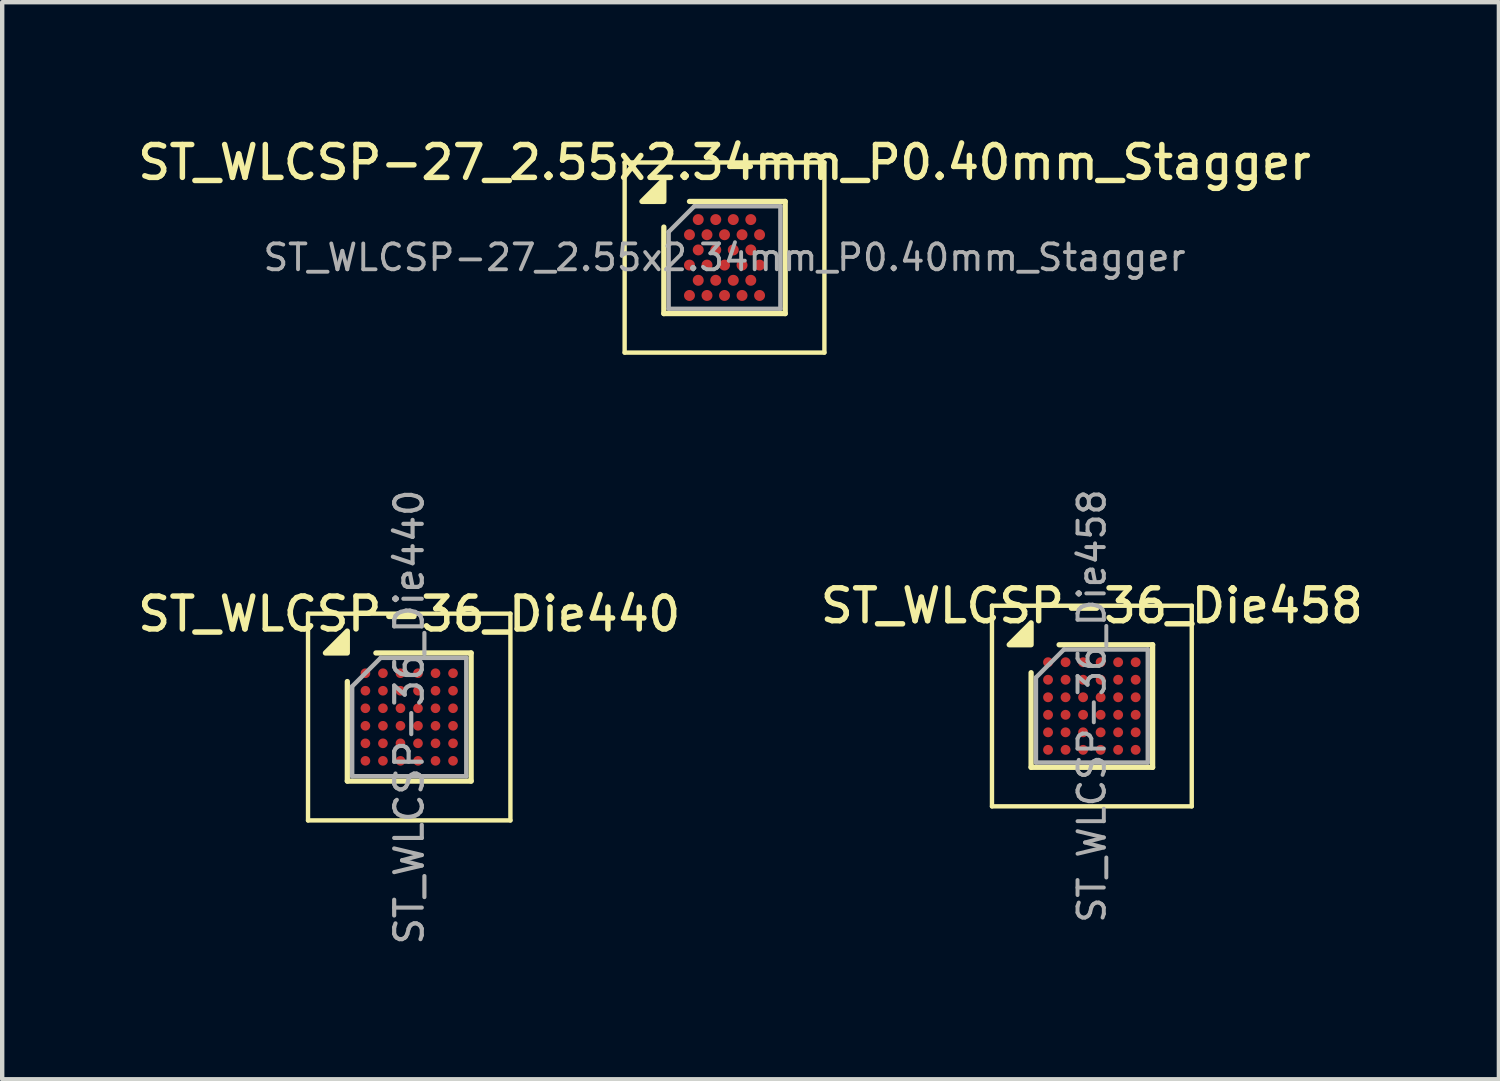
<source format=kicad_pcb>
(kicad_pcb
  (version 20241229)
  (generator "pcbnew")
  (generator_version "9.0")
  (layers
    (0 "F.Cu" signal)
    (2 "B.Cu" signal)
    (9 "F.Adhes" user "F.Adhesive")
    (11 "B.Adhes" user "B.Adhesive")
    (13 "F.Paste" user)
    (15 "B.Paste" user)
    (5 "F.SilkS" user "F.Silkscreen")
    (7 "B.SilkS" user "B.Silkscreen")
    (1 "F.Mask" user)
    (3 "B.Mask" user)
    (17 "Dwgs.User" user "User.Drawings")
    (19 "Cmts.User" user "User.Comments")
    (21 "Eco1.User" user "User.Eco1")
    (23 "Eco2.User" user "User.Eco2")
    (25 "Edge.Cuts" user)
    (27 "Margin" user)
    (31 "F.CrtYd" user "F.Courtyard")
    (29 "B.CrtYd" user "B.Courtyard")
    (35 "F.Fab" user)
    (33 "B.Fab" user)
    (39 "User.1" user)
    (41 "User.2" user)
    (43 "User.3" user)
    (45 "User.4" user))
  (footprint "ST_WLCSP-27_2.55x2.34mm_P0.40mm_Stagger"
    (layer "F.Cu")
    (at 13.488 2.828)
    (property "Reference" "ST_WLCSP-27_2.55x2.34mm_P0.40mm_Stagger" (at 0 -2.17 0) (layer "F.SilkS") (effects (font (size 0.75 0.75) (thickness 0.125))))
    (attr smd)
    (fp_line (start -2.28 -2.17) (end -2.28 2.17) (stroke (width 0.1) (type solid)) (layer "F.SilkS"))
    (fp_line (start -2.28 2.17) (end 2.28 2.17) (stroke (width 0.1) (type solid)) (layer "F.SilkS"))
    (fp_line (start -1.385 1.28) (end -1.385 -0.695) (stroke (width 0.12) (type solid)) (layer "F.SilkS"))
    (fp_line (start -0.8 -1.28) (end 1.385 -1.28) (stroke (width 0.12) (type solid)) (layer "F.SilkS"))
    (fp_line (start 1.385 -1.28) (end 1.385 1.28) (stroke (width 0.12) (type solid)) (layer "F.SilkS"))
    (fp_line (start 1.385 1.28) (end -1.385 1.28) (stroke (width 0.12) (type solid)) (layer "F.SilkS"))
    (fp_line (start 2.28 -2.17) (end -2.28 -2.17) (stroke (width 0.1) (type solid)) (layer "F.SilkS"))
    (fp_line (start 2.28 2.17) (end 2.28 -2.17) (stroke (width 0.1) (type solid)) (layer "F.SilkS"))
    (fp_poly (pts (xy -1.385 -1.28) (xy -1.885 -1.28) (xy -1.385 -1.78) (xy -1.385 -1.28)) (stroke (width 0.12) (type solid)) (fill yes) (layer "F.SilkS"))
    (fp_line (start -1.275 -0.585) (end -0.69 -1.17) (stroke (width 0.1) (type solid)) (layer "F.Fab"))
    (fp_line (start -1.275 1.17) (end -1.275 -0.585) (stroke (width 0.1) (type solid)) (layer "F.Fab"))
    (fp_line (start -0.69 -1.17) (end 1.275 -1.17) (stroke (width 0.1) (type solid)) (layer "F.Fab"))
    (fp_line (start 1.275 -1.17) (end 1.275 1.17) (stroke (width 0.1) (type solid)) (layer "F.Fab"))
    (fp_line (start 1.275 1.17) (end -1.275 1.17) (stroke (width 0.1) (type solid)) (layer "F.Fab"))
    (fp_text user "${REFERENCE}" (at 0 0 0) (layer "F.Fab") (effects (font (size 0.59 0.59) (thickness 0.088))))
    (pad "A2" smd circle (at -0.6 -0.866) (size 0.25 0.25) (property pad_prop_bga) (layers "F.Cu" "F.Mask" "F.Paste"))
    (pad "A4" smd circle (at -0.2 -0.866) (size 0.25 0.25) (property pad_prop_bga) (layers "F.Cu" "F.Mask" "F.Paste"))
    (pad "A6" smd circle (at 0.2 -0.866) (size 0.25 0.25) (property pad_prop_bga) (layers "F.Cu" "F.Mask" "F.Paste"))
    (pad "A8" smd circle (at 0.6 -0.866) (size 0.25 0.25) (property pad_prop_bga) (layers "F.Cu" "F.Mask" "F.Paste"))
    (pad "B1" smd circle (at -0.8 -0.52) (size 0.25 0.25) (property pad_prop_bga) (layers "F.Cu" "F.Mask" "F.Paste"))
    (pad "B3" smd circle (at -0.4 -0.52) (size 0.25 0.25) (property pad_prop_bga) (layers "F.Cu" "F.Mask" "F.Paste"))
    (pad "B5" smd circle (at 0 -0.52) (size 0.25 0.25) (property pad_prop_bga) (layers "F.Cu" "F.Mask" "F.Paste"))
    (pad "B7" smd circle (at 0.4 -0.52) (size 0.25 0.25) (property pad_prop_bga) (layers "F.Cu" "F.Mask" "F.Paste"))
    (pad "B9" smd circle (at 0.8 -0.52) (size 0.25 0.25) (property pad_prop_bga) (layers "F.Cu" "F.Mask" "F.Paste"))
    (pad "C2" smd circle (at -0.6 -0.173) (size 0.25 0.25) (property pad_prop_bga) (layers "F.Cu" "F.Mask" "F.Paste"))
    (pad "C4" smd circle (at -0.2 -0.173) (size 0.25 0.25) (property pad_prop_bga) (layers "F.Cu" "F.Mask" "F.Paste"))
    (pad "C6" smd circle (at 0.2 -0.173) (size 0.25 0.25) (property pad_prop_bga) (layers "F.Cu" "F.Mask" "F.Paste"))
    (pad "C8" smd circle (at 0.6 -0.173) (size 0.25 0.25) (property pad_prop_bga) (layers "F.Cu" "F.Mask" "F.Paste"))
    (pad "D1" smd circle (at -0.8 0.173) (size 0.25 0.25) (property pad_prop_bga) (layers "F.Cu" "F.Mask" "F.Paste"))
    (pad "D3" smd circle (at -0.4 0.173) (size 0.25 0.25) (property pad_prop_bga) (layers "F.Cu" "F.Mask" "F.Paste"))
    (pad "D5" smd circle (at 0 0.173) (size 0.25 0.25) (property pad_prop_bga) (layers "F.Cu" "F.Mask" "F.Paste"))
    (pad "D7" smd circle (at 0.4 0.173) (size 0.25 0.25) (property pad_prop_bga) (layers "F.Cu" "F.Mask" "F.Paste"))
    (pad "D9" smd circle (at 0.8 0.173) (size 0.25 0.25) (property pad_prop_bga) (layers "F.Cu" "F.Mask" "F.Paste"))
    (pad "E2" smd circle (at -0.6 0.52) (size 0.25 0.25) (property pad_prop_bga) (layers "F.Cu" "F.Mask" "F.Paste"))
    (pad "E4" smd circle (at -0.2 0.52) (size 0.25 0.25) (property pad_prop_bga) (layers "F.Cu" "F.Mask" "F.Paste"))
    (pad "E6" smd circle (at 0.2 0.52) (size 0.25 0.25) (property pad_prop_bga) (layers "F.Cu" "F.Mask" "F.Paste"))
    (pad "E8" smd circle (at 0.6 0.52) (size 0.25 0.25) (property pad_prop_bga) (layers "F.Cu" "F.Mask" "F.Paste"))
    (pad "F1" smd circle (at -0.8 0.866) (size 0.25 0.25) (property pad_prop_bga) (layers "F.Cu" "F.Mask" "F.Paste"))
    (pad "F3" smd circle (at -0.4 0.866) (size 0.25 0.25) (property pad_prop_bga) (layers "F.Cu" "F.Mask" "F.Paste"))
    (pad "F5" smd circle (at 0 0.866) (size 0.25 0.25) (property pad_prop_bga) (layers "F.Cu" "F.Mask" "F.Paste"))
    (pad "F7" smd circle (at 0.4 0.866) (size 0.25 0.25) (property pad_prop_bga) (layers "F.Cu" "F.Mask" "F.Paste"))
    (pad "F9" smd circle (at 0.8 0.866) (size 0.25 0.25) (property pad_prop_bga) (layers "F.Cu" "F.Mask" "F.Paste")))
  (footprint "ST_WLCSP-36_Die440"
    (layer "F.Cu")
    (at 6.291 13.317)
    (property "Reference" "ST_WLCSP-36_Die440" (at 0 -2.352 0) (layer "F.SilkS") (effects (font (size 0.75 0.75) (thickness 0.125))))
    (attr smd)
    (fp_line (start -2.31 -2.36) (end -2.31 2.36) (stroke (width 0.1) (type solid)) (layer "F.SilkS"))
    (fp_line (start -2.31 2.36) (end 2.31 2.36) (stroke (width 0.1) (type solid)) (layer "F.SilkS"))
    (fp_line (start -1.413 1.462) (end -1.413 -0.81) (stroke (width 0.12) (type solid)) (layer "F.SilkS"))
    (fp_line (start -0.761 -1.462) (end 1.413 -1.462) (stroke (width 0.12) (type solid)) (layer "F.SilkS"))
    (fp_line (start 1.413 -1.462) (end 1.413 1.462) (stroke (width 0.12) (type solid)) (layer "F.SilkS"))
    (fp_line (start 1.413 1.462) (end -1.413 1.462) (stroke (width 0.12) (type solid)) (layer "F.SilkS"))
    (fp_line (start 2.31 -2.36) (end -2.31 -2.36) (stroke (width 0.1) (type solid)) (layer "F.SilkS"))
    (fp_line (start 2.31 2.36) (end 2.31 -2.36) (stroke (width 0.1) (type solid)) (layer "F.SilkS"))
    (fp_poly (pts (xy -1.413 -1.462) (xy -1.913 -1.462) (xy -1.413 -1.962) (xy -1.413 -1.462)) (stroke (width 0.12) (type solid)) (fill yes) (layer "F.SilkS"))
    (fp_line (start -1.302 -0.7) (end -0.651 -1.351) (stroke (width 0.1) (type solid)) (layer "F.Fab"))
    (fp_line (start -1.302 1.351) (end -1.302 -0.7) (stroke (width 0.1) (type solid)) (layer "F.Fab"))
    (fp_line (start -0.651 -1.351) (end 1.302 -1.351) (stroke (width 0.1) (type solid)) (layer "F.Fab"))
    (fp_line (start 1.302 -1.351) (end 1.302 1.351) (stroke (width 0.1) (type solid)) (layer "F.Fab"))
    (fp_line (start 1.302 1.351) (end -1.302 1.351) (stroke (width 0.1) (type solid)) (layer "F.Fab"))
    (fp_text user "${REFERENCE}" (at 0 0 270) (layer "F.Fab") (effects (font (size 0.63 0.63) (thickness 0.095))))
    (pad "A1" smd circle (at -1 -1) (size 0.22 0.22) (property pad_prop_bga) (layers "F.Cu" "F.Mask" "F.Paste"))
    (pad "A2" smd circle (at -0.6 -1) (size 0.22 0.22) (property pad_prop_bga) (layers "F.Cu" "F.Mask" "F.Paste"))
    (pad "A3" smd circle (at -0.2 -1) (size 0.22 0.22) (property pad_prop_bga) (layers "F.Cu" "F.Mask" "F.Paste"))
    (pad "A4" smd circle (at 0.2 -1) (size 0.22 0.22) (property pad_prop_bga) (layers "F.Cu" "F.Mask" "F.Paste"))
    (pad "A5" smd circle (at 0.6 -1) (size 0.22 0.22) (property pad_prop_bga) (layers "F.Cu" "F.Mask" "F.Paste"))
    (pad "A6" smd circle (at 1 -1) (size 0.22 0.22) (property pad_prop_bga) (layers "F.Cu" "F.Mask" "F.Paste"))
    (pad "B1" smd circle (at -1 -0.6) (size 0.22 0.22) (property pad_prop_bga) (layers "F.Cu" "F.Mask" "F.Paste"))
    (pad "B2" smd circle (at -0.6 -0.6) (size 0.22 0.22) (property pad_prop_bga) (layers "F.Cu" "F.Mask" "F.Paste"))
    (pad "B3" smd circle (at -0.2 -0.6) (size 0.22 0.22) (property pad_prop_bga) (layers "F.Cu" "F.Mask" "F.Paste"))
    (pad "B4" smd circle (at 0.2 -0.6) (size 0.22 0.22) (property pad_prop_bga) (layers "F.Cu" "F.Mask" "F.Paste"))
    (pad "B5" smd circle (at 0.6 -0.6) (size 0.22 0.22) (property pad_prop_bga) (layers "F.Cu" "F.Mask" "F.Paste"))
    (pad "B6" smd circle (at 1 -0.6) (size 0.22 0.22) (property pad_prop_bga) (layers "F.Cu" "F.Mask" "F.Paste"))
    (pad "C1" smd circle (at -1 -0.2) (size 0.22 0.22) (property pad_prop_bga) (layers "F.Cu" "F.Mask" "F.Paste"))
    (pad "C2" smd circle (at -0.6 -0.2) (size 0.22 0.22) (property pad_prop_bga) (layers "F.Cu" "F.Mask" "F.Paste"))
    (pad "C3" smd circle (at -0.2 -0.2) (size 0.22 0.22) (property pad_prop_bga) (layers "F.Cu" "F.Mask" "F.Paste"))
    (pad "C4" smd circle (at 0.2 -0.2) (size 0.22 0.22) (property pad_prop_bga) (layers "F.Cu" "F.Mask" "F.Paste"))
    (pad "C5" smd circle (at 0.6 -0.2) (size 0.22 0.22) (property pad_prop_bga) (layers "F.Cu" "F.Mask" "F.Paste"))
    (pad "C6" smd circle (at 1 -0.2) (size 0.22 0.22) (property pad_prop_bga) (layers "F.Cu" "F.Mask" "F.Paste"))
    (pad "D1" smd circle (at -1 0.2) (size 0.22 0.22) (property pad_prop_bga) (layers "F.Cu" "F.Mask" "F.Paste"))
    (pad "D2" smd circle (at -0.6 0.2) (size 0.22 0.22) (property pad_prop_bga) (layers "F.Cu" "F.Mask" "F.Paste"))
    (pad "D3" smd circle (at -0.2 0.2) (size 0.22 0.22) (property pad_prop_bga) (layers "F.Cu" "F.Mask" "F.Paste"))
    (pad "D4" smd circle (at 0.2 0.2) (size 0.22 0.22) (property pad_prop_bga) (layers "F.Cu" "F.Mask" "F.Paste"))
    (pad "D5" smd circle (at 0.6 0.2) (size 0.22 0.22) (property pad_prop_bga) (layers "F.Cu" "F.Mask" "F.Paste"))
    (pad "D6" smd circle (at 1 0.2) (size 0.22 0.22) (property pad_prop_bga) (layers "F.Cu" "F.Mask" "F.Paste"))
    (pad "E1" smd circle (at -1 0.6) (size 0.22 0.22) (property pad_prop_bga) (layers "F.Cu" "F.Mask" "F.Paste"))
    (pad "E2" smd circle (at -0.6 0.6) (size 0.22 0.22) (property pad_prop_bga) (layers "F.Cu" "F.Mask" "F.Paste"))
    (pad "E3" smd circle (at -0.2 0.6) (size 0.22 0.22) (property pad_prop_bga) (layers "F.Cu" "F.Mask" "F.Paste"))
    (pad "E4" smd circle (at 0.2 0.6) (size 0.22 0.22) (property pad_prop_bga) (layers "F.Cu" "F.Mask" "F.Paste"))
    (pad "E5" smd circle (at 0.6 0.6) (size 0.22 0.22) (property pad_prop_bga) (layers "F.Cu" "F.Mask" "F.Paste"))
    (pad "E6" smd circle (at 1 0.6) (size 0.22 0.22) (property pad_prop_bga) (layers "F.Cu" "F.Mask" "F.Paste"))
    (pad "F1" smd circle (at -1 1) (size 0.22 0.22) (property pad_prop_bga) (layers "F.Cu" "F.Mask" "F.Paste"))
    (pad "F2" smd circle (at -0.6 1) (size 0.22 0.22) (property pad_prop_bga) (layers "F.Cu" "F.Mask" "F.Paste"))
    (pad "F3" smd circle (at -0.2 1) (size 0.22 0.22) (property pad_prop_bga) (layers "F.Cu" "F.Mask" "F.Paste"))
    (pad "F4" smd circle (at 0.2 1) (size 0.22 0.22) (property pad_prop_bga) (layers "F.Cu" "F.Mask" "F.Paste"))
    (pad "F5" smd circle (at 0.6 1) (size 0.22 0.22) (property pad_prop_bga) (layers "F.Cu" "F.Mask" "F.Paste"))
    (pad "F6" smd circle (at 1 1) (size 0.22 0.22) (property pad_prop_bga) (layers "F.Cu" "F.Mask" "F.Paste")))
  (footprint "ST_WLCSP-36_Die458"
    (layer "F.Cu")
    (at 21.873 13.066)
    (property "Reference" "ST_WLCSP-36_Die458" (at 0 -2.289 0) (layer "F.SilkS") (effects (font (size 0.75 0.75) (thickness 0.125))))
    (attr smd)
    (fp_line (start -2.28 -2.29) (end -2.28 2.29) (stroke (width 0.1) (type solid)) (layer "F.SilkS"))
    (fp_line (start -2.28 2.29) (end 2.28 2.29) (stroke (width 0.1) (type solid)) (layer "F.SilkS"))
    (fp_line (start -1.387 1.399) (end -1.387 -0.761) (stroke (width 0.12) (type solid)) (layer "F.SilkS"))
    (fp_line (start -0.748 -1.399) (end 1.387 -1.399) (stroke (width 0.12) (type solid)) (layer "F.SilkS"))
    (fp_line (start 1.387 -1.399) (end 1.387 1.399) (stroke (width 0.12) (type solid)) (layer "F.SilkS"))
    (fp_line (start 1.387 1.399) (end -1.387 1.399) (stroke (width 0.12) (type solid)) (layer "F.SilkS"))
    (fp_line (start 2.28 -2.29) (end -2.28 -2.29) (stroke (width 0.1) (type solid)) (layer "F.SilkS"))
    (fp_line (start 2.28 2.29) (end 2.28 -2.29) (stroke (width 0.1) (type solid)) (layer "F.SilkS"))
    (fp_poly (pts (xy -1.387 -1.399) (xy -1.887 -1.399) (xy -1.387 -1.899) (xy -1.387 -1.399)) (stroke (width 0.12) (type solid)) (fill yes) (layer "F.SilkS"))
    (fp_line (start -1.276 -0.651) (end -0.638 -1.29) (stroke (width 0.1) (type solid)) (layer "F.Fab"))
    (fp_line (start -1.276 1.29) (end -1.276 -0.651) (stroke (width 0.1) (type solid)) (layer "F.Fab"))
    (fp_line (start -0.638 -1.29) (end 1.276 -1.29) (stroke (width 0.1) (type solid)) (layer "F.Fab"))
    (fp_line (start 1.276 -1.29) (end 1.276 1.29) (stroke (width 0.1) (type solid)) (layer "F.Fab"))
    (fp_line (start 1.276 1.29) (end -1.276 1.29) (stroke (width 0.1) (type solid)) (layer "F.Fab"))
    (fp_text user "${REFERENCE}" (at 0 0 270) (layer "F.Fab") (effects (font (size 0.6 0.6) (thickness 0.09))))
    (pad "A1" smd circle (at -1 -1) (size 0.225 0.225) (property pad_prop_bga) (layers "F.Cu" "F.Mask" "F.Paste"))
    (pad "A2" smd circle (at -0.6 -1) (size 0.225 0.225) (property pad_prop_bga) (layers "F.Cu" "F.Mask" "F.Paste"))
    (pad "A3" smd circle (at -0.2 -1) (size 0.225 0.225) (property pad_prop_bga) (layers "F.Cu" "F.Mask" "F.Paste"))
    (pad "A4" smd circle (at 0.2 -1) (size 0.225 0.225) (property pad_prop_bga) (layers "F.Cu" "F.Mask" "F.Paste"))
    (pad "A5" smd circle (at 0.6 -1) (size 0.225 0.225) (property pad_prop_bga) (layers "F.Cu" "F.Mask" "F.Paste"))
    (pad "A6" smd circle (at 1 -1) (size 0.225 0.225) (property pad_prop_bga) (layers "F.Cu" "F.Mask" "F.Paste"))
    (pad "B1" smd circle (at -1 -0.6) (size 0.225 0.225) (property pad_prop_bga) (layers "F.Cu" "F.Mask" "F.Paste"))
    (pad "B2" smd circle (at -0.6 -0.6) (size 0.225 0.225) (property pad_prop_bga) (layers "F.Cu" "F.Mask" "F.Paste"))
    (pad "B3" smd circle (at -0.2 -0.6) (size 0.225 0.225) (property pad_prop_bga) (layers "F.Cu" "F.Mask" "F.Paste"))
    (pad "B4" smd circle (at 0.2 -0.6) (size 0.225 0.225) (property pad_prop_bga) (layers "F.Cu" "F.Mask" "F.Paste"))
    (pad "B5" smd circle (at 0.6 -0.6) (size 0.225 0.225) (property pad_prop_bga) (layers "F.Cu" "F.Mask" "F.Paste"))
    (pad "B6" smd circle (at 1 -0.6) (size 0.225 0.225) (property pad_prop_bga) (layers "F.Cu" "F.Mask" "F.Paste"))
    (pad "C1" smd circle (at -1 -0.2) (size 0.225 0.225) (property pad_prop_bga) (layers "F.Cu" "F.Mask" "F.Paste"))
    (pad "C2" smd circle (at -0.6 -0.2) (size 0.225 0.225) (property pad_prop_bga) (layers "F.Cu" "F.Mask" "F.Paste"))
    (pad "C3" smd circle (at -0.2 -0.2) (size 0.225 0.225) (property pad_prop_bga) (layers "F.Cu" "F.Mask" "F.Paste"))
    (pad "C4" smd circle (at 0.2 -0.2) (size 0.225 0.225) (property pad_prop_bga) (layers "F.Cu" "F.Mask" "F.Paste"))
    (pad "C5" smd circle (at 0.6 -0.2) (size 0.225 0.225) (property pad_prop_bga) (layers "F.Cu" "F.Mask" "F.Paste"))
    (pad "C6" smd circle (at 1 -0.2) (size 0.225 0.225) (property pad_prop_bga) (layers "F.Cu" "F.Mask" "F.Paste"))
    (pad "D1" smd circle (at -1 0.2) (size 0.225 0.225) (property pad_prop_bga) (layers "F.Cu" "F.Mask" "F.Paste"))
    (pad "D2" smd circle (at -0.6 0.2) (size 0.225 0.225) (property pad_prop_bga) (layers "F.Cu" "F.Mask" "F.Paste"))
    (pad "D3" smd circle (at -0.2 0.2) (size 0.225 0.225) (property pad_prop_bga) (layers "F.Cu" "F.Mask" "F.Paste"))
    (pad "D4" smd circle (at 0.2 0.2) (size 0.225 0.225) (property pad_prop_bga) (layers "F.Cu" "F.Mask" "F.Paste"))
    (pad "D5" smd circle (at 0.6 0.2) (size 0.225 0.225) (property pad_prop_bga) (layers "F.Cu" "F.Mask" "F.Paste"))
    (pad "D6" smd circle (at 1 0.2) (size 0.225 0.225) (property pad_prop_bga) (layers "F.Cu" "F.Mask" "F.Paste"))
    (pad "E1" smd circle (at -1 0.6) (size 0.225 0.225) (property pad_prop_bga) (layers "F.Cu" "F.Mask" "F.Paste"))
    (pad "E2" smd circle (at -0.6 0.6) (size 0.225 0.225) (property pad_prop_bga) (layers "F.Cu" "F.Mask" "F.Paste"))
    (pad "E3" smd circle (at -0.2 0.6) (size 0.225 0.225) (property pad_prop_bga) (layers "F.Cu" "F.Mask" "F.Paste"))
    (pad "E4" smd circle (at 0.2 0.6) (size 0.225 0.225) (property pad_prop_bga) (layers "F.Cu" "F.Mask" "F.Paste"))
    (pad "E5" smd circle (at 0.6 0.6) (size 0.225 0.225) (property pad_prop_bga) (layers "F.Cu" "F.Mask" "F.Paste"))
    (pad "E6" smd circle (at 1 0.6) (size 0.225 0.225) (property pad_prop_bga) (layers "F.Cu" "F.Mask" "F.Paste"))
    (pad "F1" smd circle (at -1 1) (size 0.225 0.225) (property pad_prop_bga) (layers "F.Cu" "F.Mask" "F.Paste"))
    (pad "F2" smd circle (at -0.6 1) (size 0.225 0.225) (property pad_prop_bga) (layers "F.Cu" "F.Mask" "F.Paste"))
    (pad "F3" smd circle (at -0.2 1) (size 0.225 0.225) (property pad_prop_bga) (layers "F.Cu" "F.Mask" "F.Paste"))
    (pad "F4" smd circle (at 0.2 1) (size 0.225 0.225) (property pad_prop_bga) (layers "F.Cu" "F.Mask" "F.Paste"))
    (pad "F5" smd circle (at 0.6 1) (size 0.225 0.225) (property pad_prop_bga) (layers "F.Cu" "F.Mask" "F.Paste"))
    (pad "F6" smd circle (at 1 1) (size 0.225 0.225) (property pad_prop_bga) (layers "F.Cu" "F.Mask" "F.Paste")))
  (gr_rect
    (start -3 -3)
    (end 31.164 21.586)
    (stroke (width 0.1) (type default))
    (fill no)
    (layer "Edge.Cuts")))
</source>
